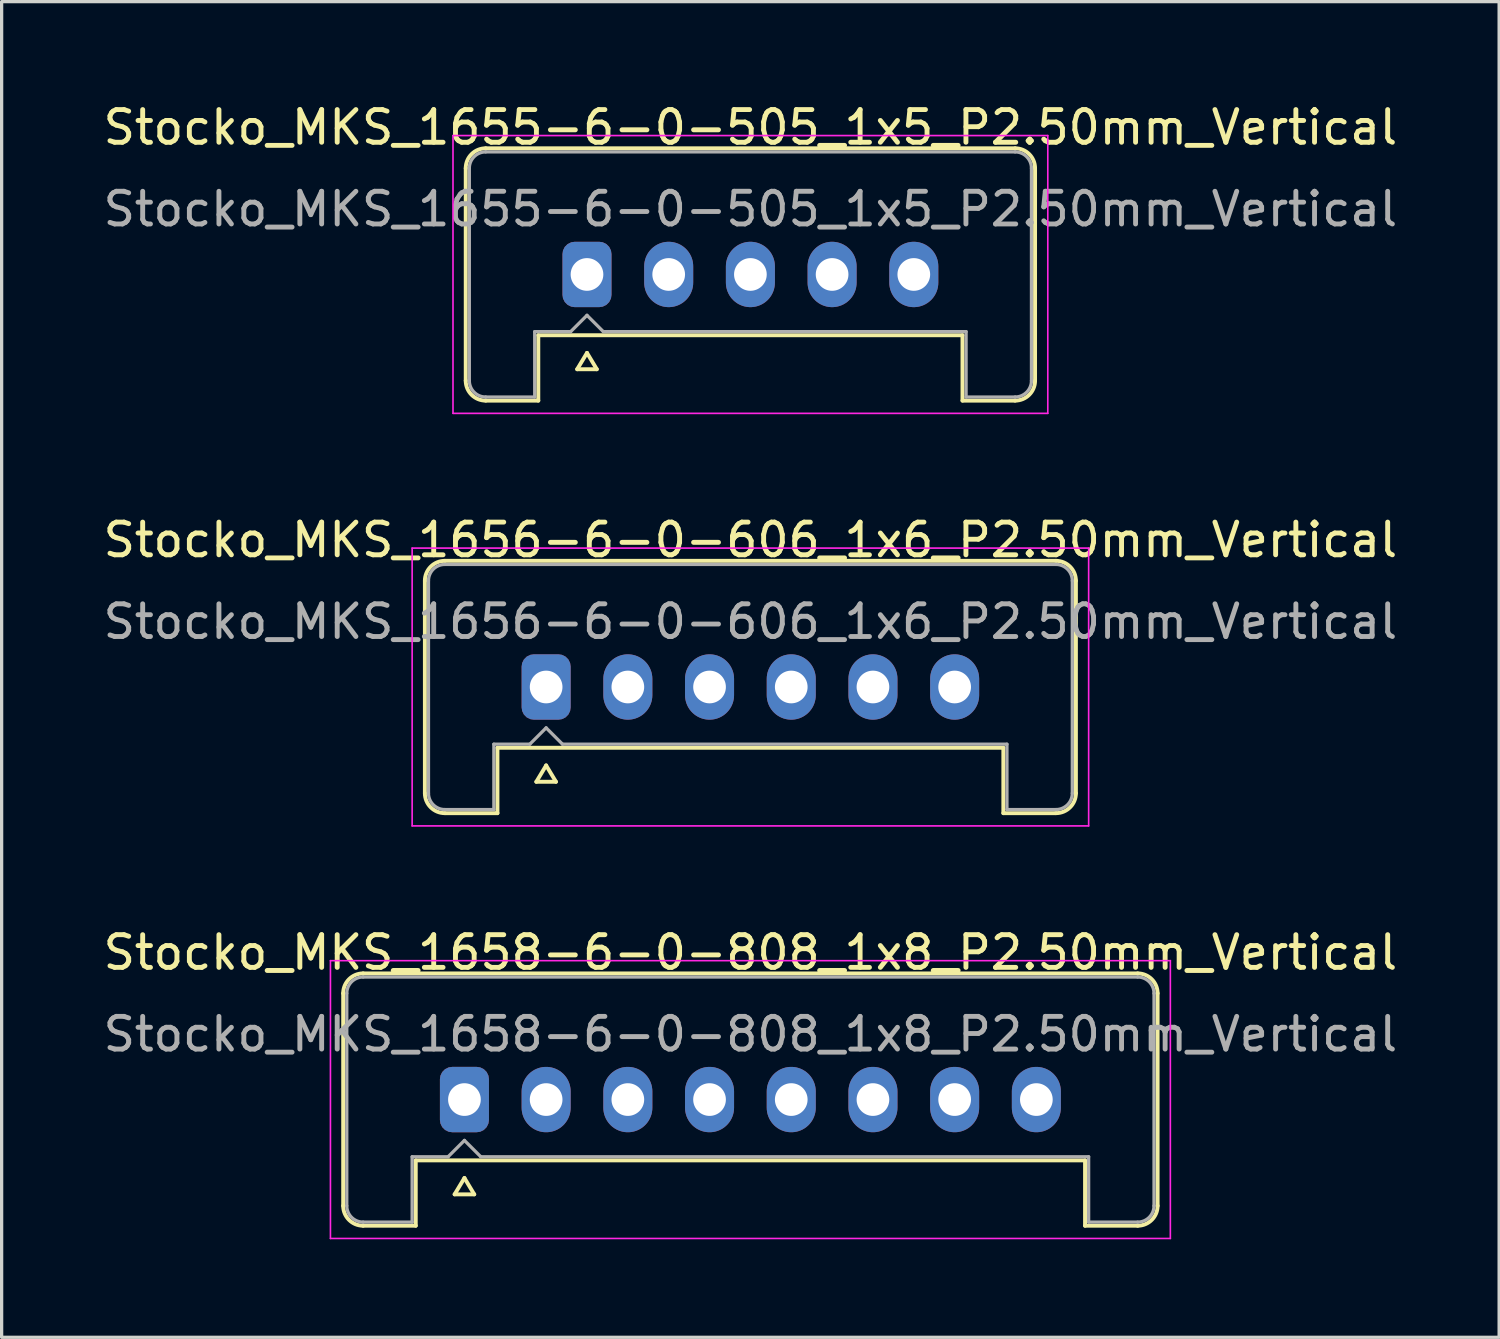
<source format=kicad_pcb>
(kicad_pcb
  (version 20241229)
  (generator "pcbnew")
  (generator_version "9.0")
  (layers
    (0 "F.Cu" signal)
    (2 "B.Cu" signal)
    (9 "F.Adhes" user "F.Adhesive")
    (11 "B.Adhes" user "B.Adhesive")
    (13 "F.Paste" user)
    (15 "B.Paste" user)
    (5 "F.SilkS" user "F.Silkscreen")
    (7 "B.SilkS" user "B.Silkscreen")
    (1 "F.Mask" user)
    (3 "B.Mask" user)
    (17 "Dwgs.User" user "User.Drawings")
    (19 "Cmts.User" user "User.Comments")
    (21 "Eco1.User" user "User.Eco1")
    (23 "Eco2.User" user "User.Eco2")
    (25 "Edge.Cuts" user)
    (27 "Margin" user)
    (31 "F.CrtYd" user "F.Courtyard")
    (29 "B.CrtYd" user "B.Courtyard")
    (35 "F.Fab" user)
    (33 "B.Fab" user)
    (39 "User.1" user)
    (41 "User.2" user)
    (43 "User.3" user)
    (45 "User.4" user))
  (footprint "Stocko_MKS_1656-6-0-606_1x6_P2.50mm_Vertical"
    (layer "F.Cu")
    (at 13.661 17.971)
    (property "Reference" "Stocko_MKS_1656-6-0-606_1x6_P2.50mm_Vertical" (at 6.25 -4.5 0) (layer "F.SilkS") (effects (font (size 1 1) (thickness 0.15))))
    (attr through_hole)
    (fp_line (start -3.71 -3.25) (end -3.71 3.25) (stroke (width 0.12) (type solid)) (layer "F.SilkS"))
    (fp_line (start -3.1 -3.86) (end 15.6 -3.86) (stroke (width 0.12) (type solid)) (layer "F.SilkS"))
    (fp_line (start -3.1 3.86) (end -1.49 3.86) (stroke (width 0.12) (type solid)) (layer "F.SilkS"))
    (fp_line (start -1.49 1.86) (end 13.99 1.86) (stroke (width 0.12) (type solid)) (layer "F.SilkS"))
    (fp_line (start -1.49 3.86) (end -1.49 1.86) (stroke (width 0.12) (type solid)) (layer "F.SilkS"))
    (fp_line (start -0.3 2.9) (end 0.3 2.9) (stroke (width 0.12) (type solid)) (layer "F.SilkS"))
    (fp_line (start 0 2.4) (end -0.3 2.9) (stroke (width 0.12) (type solid)) (layer "F.SilkS"))
    (fp_line (start 0.3 2.9) (end 0 2.4) (stroke (width 0.12) (type solid)) (layer "F.SilkS"))
    (fp_line (start 13.99 3.86) (end 13.99 1.86) (stroke (width 0.12) (type solid)) (layer "F.SilkS"))
    (fp_line (start 15.6 3.86) (end 13.99 3.86) (stroke (width 0.12) (type solid)) (layer "F.SilkS"))
    (fp_line (start 16.21 -3.25) (end 16.21 3.25) (stroke (width 0.12) (type solid)) (layer "F.SilkS"))
    (fp_arc (start -3.71 -3.25) (mid -3.531335 -3.681335) (end -3.1 -3.86) (stroke (width 0.12) (type solid)) (layer "F.SilkS"))
    (fp_arc (start -3.1 3.86) (mid -3.531335 3.681335) (end -3.71 3.25) (stroke (width 0.12) (type solid)) (layer "F.SilkS"))
    (fp_arc (start 15.6 -3.86) (mid 16.031335 -3.681335) (end 16.21 -3.25) (stroke (width 0.12) (type solid)) (layer "F.SilkS"))
    (fp_arc (start 16.21 3.25) (mid 16.031335 3.681335) (end 15.6 3.86) (stroke (width 0.12) (type solid)) (layer "F.SilkS"))
    (fp_line (start -4.1 -4.25) (end -4.1 4.25) (stroke (width 0.05) (type solid)) (layer "F.CrtYd"))
    (fp_line (start -4.1 4.25) (end 16.6 4.25) (stroke (width 0.05) (type solid)) (layer "F.CrtYd"))
    (fp_line (start 16.6 -4.25) (end -4.1 -4.25) (stroke (width 0.05) (type solid)) (layer "F.CrtYd"))
    (fp_line (start 16.6 4.25) (end 16.6 -4.25) (stroke (width 0.05) (type solid)) (layer "F.CrtYd"))
    (fp_line (start -3.6 -3.25) (end -3.6 3.25) (stroke (width 0.1) (type solid)) (layer "F.Fab"))
    (fp_line (start -3.1 -3.75) (end 15.6 -3.75) (stroke (width 0.1) (type solid)) (layer "F.Fab"))
    (fp_line (start -3.1 3.75) (end -1.6 3.75) (stroke (width 0.1) (type solid)) (layer "F.Fab"))
    (fp_line (start -1.6 1.75) (end -0.5 1.75) (stroke (width 0.1) (type solid)) (layer "F.Fab"))
    (fp_line (start -1.6 3.75) (end -1.6 1.75) (stroke (width 0.1) (type solid)) (layer "F.Fab"))
    (fp_line (start -0.5 1.75) (end 0 1.25) (stroke (width 0.1) (type solid)) (layer "F.Fab"))
    (fp_line (start 0 1.25) (end 0.5 1.75) (stroke (width 0.1) (type solid)) (layer "F.Fab"))
    (fp_line (start 0.5 1.75) (end 14.1 1.75) (stroke (width 0.1) (type solid)) (layer "F.Fab"))
    (fp_line (start 14.1 3.75) (end 14.1 1.75) (stroke (width 0.1) (type solid)) (layer "F.Fab"))
    (fp_line (start 15.6 3.75) (end 14.1 3.75) (stroke (width 0.1) (type solid)) (layer "F.Fab"))
    (fp_line (start 16.1 -3.25) (end 16.1 3.25) (stroke (width 0.1) (type solid)) (layer "F.Fab"))
    (fp_arc (start -3.6 -3.25) (mid -3.453553 -3.603553) (end -3.1 -3.75) (stroke (width 0.1) (type solid)) (layer "F.Fab"))
    (fp_arc (start -3.1 3.75) (mid -3.453553 3.603553) (end -3.6 3.25) (stroke (width 0.1) (type solid)) (layer "F.Fab"))
    (fp_arc (start 15.6 -3.75) (mid 15.953553 -3.603553) (end 16.1 -3.25) (stroke (width 0.1) (type solid)) (layer "F.Fab"))
    (fp_arc (start 16.1 3.25) (mid 15.953553 3.603553) (end 15.6 3.75) (stroke (width 0.1) (type solid)) (layer "F.Fab"))
    (fp_text user "${REFERENCE}" (at 6.25 -2 0) (layer "F.Fab") (effects (font (size 1 1) (thickness 0.15))))
    (pad "1" thru_hole roundrect (at 0 0) (size 1.5 2) (drill 1) (layers "*.Cu" "*.Mask") (roundrect_rratio 0.25))
    (pad "2" thru_hole oval (at 2.5 0) (size 1.5 2) (drill 1) (layers "*.Cu" "*.Mask"))
    (pad "3" thru_hole oval (at 5 0) (size 1.5 2) (drill 1) (layers "*.Cu" "*.Mask"))
    (pad "4" thru_hole oval (at 7.5 0) (size 1.5 2) (drill 1) (layers "*.Cu" "*.Mask"))
    (pad "5" thru_hole oval (at 10 0) (size 1.5 2) (drill 1) (layers "*.Cu" "*.Mask"))
    (pad "6" thru_hole oval (at 12.5 0) (size 1.5 2) (drill 1) (layers "*.Cu" "*.Mask")))
  (footprint "Stocko_MKS_1655-6-0-505_1x5_P2.50mm_Vertical"
    (layer "F.Cu")
    (at 14.911 5.348)
    (property "Reference" "Stocko_MKS_1655-6-0-505_1x5_P2.50mm_Vertical" (at 5 -4.5 0) (layer "F.SilkS") (effects (font (size 1 1) (thickness 0.15))))
    (attr through_hole)
    (fp_line (start -3.71 -3.25) (end -3.71 3.25) (stroke (width 0.12) (type solid)) (layer "F.SilkS"))
    (fp_line (start -3.1 -3.86) (end 13.1 -3.86) (stroke (width 0.12) (type solid)) (layer "F.SilkS"))
    (fp_line (start -3.1 3.86) (end -1.49 3.86) (stroke (width 0.12) (type solid)) (layer "F.SilkS"))
    (fp_line (start -1.49 1.86) (end 11.49 1.86) (stroke (width 0.12) (type solid)) (layer "F.SilkS"))
    (fp_line (start -1.49 3.86) (end -1.49 1.86) (stroke (width 0.12) (type solid)) (layer "F.SilkS"))
    (fp_line (start -0.3 2.9) (end 0.3 2.9) (stroke (width 0.12) (type solid)) (layer "F.SilkS"))
    (fp_line (start 0 2.4) (end -0.3 2.9) (stroke (width 0.12) (type solid)) (layer "F.SilkS"))
    (fp_line (start 0.3 2.9) (end 0 2.4) (stroke (width 0.12) (type solid)) (layer "F.SilkS"))
    (fp_line (start 11.49 3.86) (end 11.49 1.86) (stroke (width 0.12) (type solid)) (layer "F.SilkS"))
    (fp_line (start 13.1 3.86) (end 11.49 3.86) (stroke (width 0.12) (type solid)) (layer "F.SilkS"))
    (fp_line (start 13.71 -3.25) (end 13.71 3.25) (stroke (width 0.12) (type solid)) (layer "F.SilkS"))
    (fp_arc (start -3.71 -3.25) (mid -3.531335 -3.681335) (end -3.1 -3.86) (stroke (width 0.12) (type solid)) (layer "F.SilkS"))
    (fp_arc (start -3.1 3.86) (mid -3.531335 3.681335) (end -3.71 3.25) (stroke (width 0.12) (type solid)) (layer "F.SilkS"))
    (fp_arc (start 13.1 -3.86) (mid 13.531335 -3.681335) (end 13.71 -3.25) (stroke (width 0.12) (type solid)) (layer "F.SilkS"))
    (fp_arc (start 13.71 3.25) (mid 13.531335 3.681335) (end 13.1 3.86) (stroke (width 0.12) (type solid)) (layer "F.SilkS"))
    (fp_line (start -4.1 -4.25) (end -4.1 4.25) (stroke (width 0.05) (type solid)) (layer "F.CrtYd"))
    (fp_line (start -4.1 4.25) (end 14.1 4.25) (stroke (width 0.05) (type solid)) (layer "F.CrtYd"))
    (fp_line (start 14.1 -4.25) (end -4.1 -4.25) (stroke (width 0.05) (type solid)) (layer "F.CrtYd"))
    (fp_line (start 14.1 4.25) (end 14.1 -4.25) (stroke (width 0.05) (type solid)) (layer "F.CrtYd"))
    (fp_line (start -3.6 -3.25) (end -3.6 3.25) (stroke (width 0.1) (type solid)) (layer "F.Fab"))
    (fp_line (start -3.1 -3.75) (end 13.1 -3.75) (stroke (width 0.1) (type solid)) (layer "F.Fab"))
    (fp_line (start -3.1 3.75) (end -1.6 3.75) (stroke (width 0.1) (type solid)) (layer "F.Fab"))
    (fp_line (start -1.6 1.75) (end -0.5 1.75) (stroke (width 0.1) (type solid)) (layer "F.Fab"))
    (fp_line (start -1.6 3.75) (end -1.6 1.75) (stroke (width 0.1) (type solid)) (layer "F.Fab"))
    (fp_line (start -0.5 1.75) (end 0 1.25) (stroke (width 0.1) (type solid)) (layer "F.Fab"))
    (fp_line (start 0 1.25) (end 0.5 1.75) (stroke (width 0.1) (type solid)) (layer "F.Fab"))
    (fp_line (start 0.5 1.75) (end 11.6 1.75) (stroke (width 0.1) (type solid)) (layer "F.Fab"))
    (fp_line (start 11.6 3.75) (end 11.6 1.75) (stroke (width 0.1) (type solid)) (layer "F.Fab"))
    (fp_line (start 13.1 3.75) (end 11.6 3.75) (stroke (width 0.1) (type solid)) (layer "F.Fab"))
    (fp_line (start 13.6 -3.25) (end 13.6 3.25) (stroke (width 0.1) (type solid)) (layer "F.Fab"))
    (fp_arc (start -3.6 -3.25) (mid -3.453553 -3.603553) (end -3.1 -3.75) (stroke (width 0.1) (type solid)) (layer "F.Fab"))
    (fp_arc (start -3.1 3.75) (mid -3.453553 3.603553) (end -3.6 3.25) (stroke (width 0.1) (type solid)) (layer "F.Fab"))
    (fp_arc (start 13.1 -3.75) (mid 13.453553 -3.603553) (end 13.6 -3.25) (stroke (width 0.1) (type solid)) (layer "F.Fab"))
    (fp_arc (start 13.6 3.25) (mid 13.453553 3.603553) (end 13.1 3.75) (stroke (width 0.1) (type solid)) (layer "F.Fab"))
    (fp_text user "${REFERENCE}" (at 5 -2 0) (layer "F.Fab") (effects (font (size 1 1) (thickness 0.15))))
    (pad "1" thru_hole roundrect (at 0 0) (size 1.5 2) (drill 1) (layers "*.Cu" "*.Mask") (roundrect_rratio 0.25))
    (pad "2" thru_hole oval (at 2.5 0) (size 1.5 2) (drill 1) (layers "*.Cu" "*.Mask"))
    (pad "3" thru_hole oval (at 5 0) (size 1.5 2) (drill 1) (layers "*.Cu" "*.Mask"))
    (pad "4" thru_hole oval (at 7.5 0) (size 1.5 2) (drill 1) (layers "*.Cu" "*.Mask"))
    (pad "5" thru_hole oval (at 10 0) (size 1.5 2) (drill 1) (layers "*.Cu" "*.Mask")))
  (footprint "Stocko_MKS_1658-6-0-808_1x8_P2.50mm_Vertical"
    (layer "F.Cu")
    (at 11.161 30.595)
    (property "Reference" "Stocko_MKS_1658-6-0-808_1x8_P2.50mm_Vertical" (at 8.75 -4.5 0) (layer "F.SilkS") (effects (font (size 1 1) (thickness 0.15))))
    (attr through_hole)
    (fp_line (start -3.71 -3.25) (end -3.71 3.25) (stroke (width 0.12) (type solid)) (layer "F.SilkS"))
    (fp_line (start -3.1 -3.86) (end 20.6 -3.86) (stroke (width 0.12) (type solid)) (layer "F.SilkS"))
    (fp_line (start -3.1 3.86) (end -1.49 3.86) (stroke (width 0.12) (type solid)) (layer "F.SilkS"))
    (fp_line (start -1.49 1.86) (end 18.99 1.86) (stroke (width 0.12) (type solid)) (layer "F.SilkS"))
    (fp_line (start -1.49 3.86) (end -1.49 1.86) (stroke (width 0.12) (type solid)) (layer "F.SilkS"))
    (fp_line (start -0.3 2.9) (end 0.3 2.9) (stroke (width 0.12) (type solid)) (layer "F.SilkS"))
    (fp_line (start 0 2.4) (end -0.3 2.9) (stroke (width 0.12) (type solid)) (layer "F.SilkS"))
    (fp_line (start 0.3 2.9) (end 0 2.4) (stroke (width 0.12) (type solid)) (layer "F.SilkS"))
    (fp_line (start 18.99 3.86) (end 18.99 1.86) (stroke (width 0.12) (type solid)) (layer "F.SilkS"))
    (fp_line (start 20.6 3.86) (end 18.99 3.86) (stroke (width 0.12) (type solid)) (layer "F.SilkS"))
    (fp_line (start 21.21 -3.25) (end 21.21 3.25) (stroke (width 0.12) (type solid)) (layer "F.SilkS"))
    (fp_arc (start -3.71 -3.25) (mid -3.531335 -3.681335) (end -3.1 -3.86) (stroke (width 0.12) (type solid)) (layer "F.SilkS"))
    (fp_arc (start -3.1 3.86) (mid -3.531335 3.681335) (end -3.71 3.25) (stroke (width 0.12) (type solid)) (layer "F.SilkS"))
    (fp_arc (start 20.6 -3.86) (mid 21.031335 -3.681335) (end 21.21 -3.25) (stroke (width 0.12) (type solid)) (layer "F.SilkS"))
    (fp_arc (start 21.21 3.25) (mid 21.031335 3.681335) (end 20.6 3.86) (stroke (width 0.12) (type solid)) (layer "F.SilkS"))
    (fp_line (start -4.1 -4.25) (end -4.1 4.25) (stroke (width 0.05) (type solid)) (layer "F.CrtYd"))
    (fp_line (start -4.1 4.25) (end 21.6 4.25) (stroke (width 0.05) (type solid)) (layer "F.CrtYd"))
    (fp_line (start 21.6 -4.25) (end -4.1 -4.25) (stroke (width 0.05) (type solid)) (layer "F.CrtYd"))
    (fp_line (start 21.6 4.25) (end 21.6 -4.25) (stroke (width 0.05) (type solid)) (layer "F.CrtYd"))
    (fp_line (start -3.6 -3.25) (end -3.6 3.25) (stroke (width 0.1) (type solid)) (layer "F.Fab"))
    (fp_line (start -3.1 -3.75) (end 20.6 -3.75) (stroke (width 0.1) (type solid)) (layer "F.Fab"))
    (fp_line (start -3.1 3.75) (end -1.6 3.75) (stroke (width 0.1) (type solid)) (layer "F.Fab"))
    (fp_line (start -1.6 1.75) (end -0.5 1.75) (stroke (width 0.1) (type solid)) (layer "F.Fab"))
    (fp_line (start -1.6 3.75) (end -1.6 1.75) (stroke (width 0.1) (type solid)) (layer "F.Fab"))
    (fp_line (start -0.5 1.75) (end 0 1.25) (stroke (width 0.1) (type solid)) (layer "F.Fab"))
    (fp_line (start 0 1.25) (end 0.5 1.75) (stroke (width 0.1) (type solid)) (layer "F.Fab"))
    (fp_line (start 0.5 1.75) (end 19.1 1.75) (stroke (width 0.1) (type solid)) (layer "F.Fab"))
    (fp_line (start 19.1 3.75) (end 19.1 1.75) (stroke (width 0.1) (type solid)) (layer "F.Fab"))
    (fp_line (start 20.6 3.75) (end 19.1 3.75) (stroke (width 0.1) (type solid)) (layer "F.Fab"))
    (fp_line (start 21.1 -3.25) (end 21.1 3.25) (stroke (width 0.1) (type solid)) (layer "F.Fab"))
    (fp_arc (start -3.6 -3.25) (mid -3.453553 -3.603553) (end -3.1 -3.75) (stroke (width 0.1) (type solid)) (layer "F.Fab"))
    (fp_arc (start -3.1 3.75) (mid -3.453553 3.603553) (end -3.6 3.25) (stroke (width 0.1) (type solid)) (layer "F.Fab"))
    (fp_arc (start 20.6 -3.75) (mid 20.953553 -3.603553) (end 21.1 -3.25) (stroke (width 0.1) (type solid)) (layer "F.Fab"))
    (fp_arc (start 21.1 3.25) (mid 20.953553 3.603553) (end 20.6 3.75) (stroke (width 0.1) (type solid)) (layer "F.Fab"))
    (fp_text user "${REFERENCE}" (at 8.75 -2 0) (layer "F.Fab") (effects (font (size 1 1) (thickness 0.15))))
    (pad "1" thru_hole roundrect (at 0 0) (size 1.5 2) (drill 1) (layers "*.Cu" "*.Mask") (roundrect_rratio 0.25))
    (pad "2" thru_hole oval (at 2.5 0) (size 1.5 2) (drill 1) (layers "*.Cu" "*.Mask"))
    (pad "3" thru_hole oval (at 5 0) (size 1.5 2) (drill 1) (layers "*.Cu" "*.Mask"))
    (pad "4" thru_hole oval (at 7.5 0) (size 1.5 2) (drill 1) (layers "*.Cu" "*.Mask"))
    (pad "5" thru_hole oval (at 10 0) (size 1.5 2) (drill 1) (layers "*.Cu" "*.Mask"))
    (pad "6" thru_hole oval (at 12.5 0) (size 1.5 2) (drill 1) (layers "*.Cu" "*.Mask"))
    (pad "7" thru_hole oval (at 15 0) (size 1.5 2) (drill 1) (layers "*.Cu" "*.Mask"))
    (pad "8" thru_hole oval (at 17.5 0) (size 1.5 2) (drill 1) (layers "*.Cu" "*.Mask")))
  (gr_rect
    (start -3 -3)
    (end 42.821 37.87)
    (stroke (width 0.1) (type default))
    (fill no)
    (layer "Edge.Cuts")))
</source>
